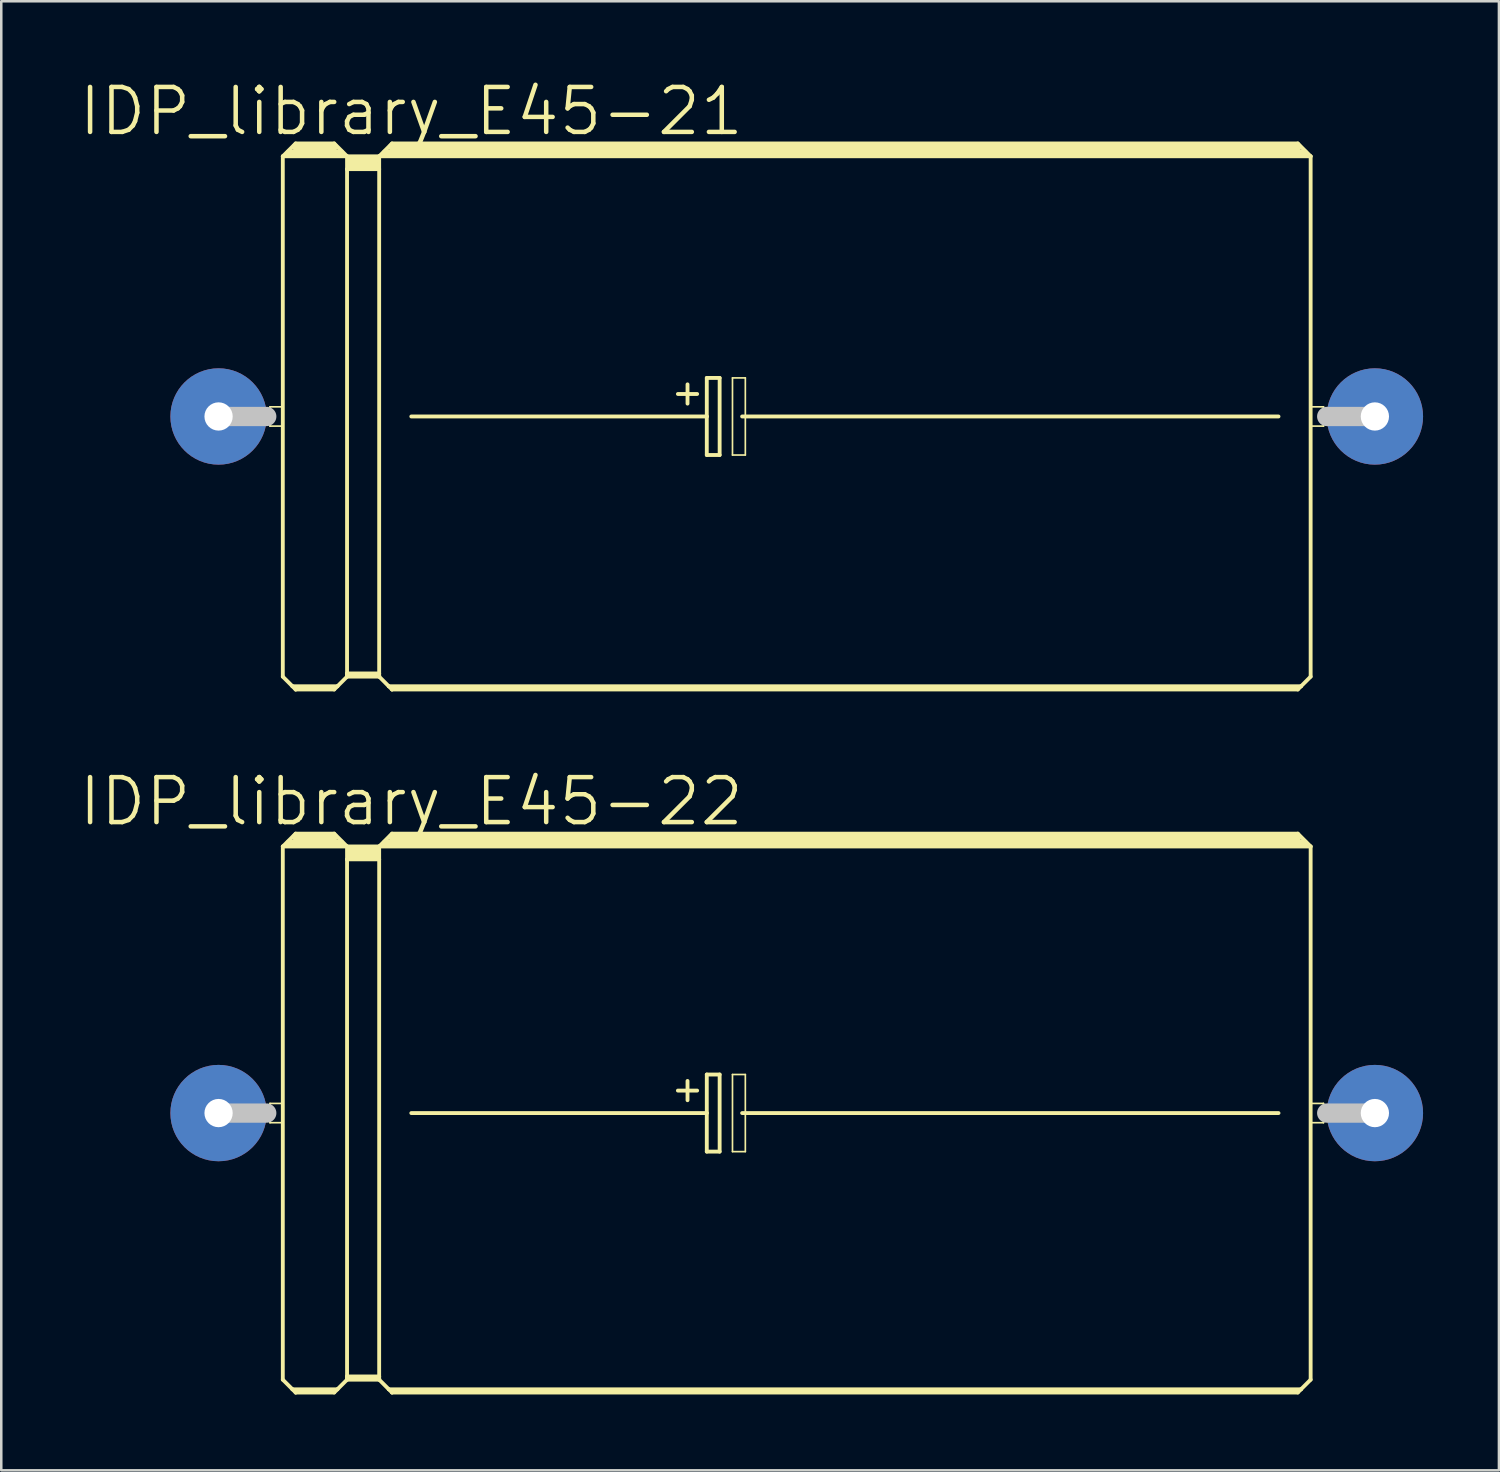
<source format=kicad_pcb>
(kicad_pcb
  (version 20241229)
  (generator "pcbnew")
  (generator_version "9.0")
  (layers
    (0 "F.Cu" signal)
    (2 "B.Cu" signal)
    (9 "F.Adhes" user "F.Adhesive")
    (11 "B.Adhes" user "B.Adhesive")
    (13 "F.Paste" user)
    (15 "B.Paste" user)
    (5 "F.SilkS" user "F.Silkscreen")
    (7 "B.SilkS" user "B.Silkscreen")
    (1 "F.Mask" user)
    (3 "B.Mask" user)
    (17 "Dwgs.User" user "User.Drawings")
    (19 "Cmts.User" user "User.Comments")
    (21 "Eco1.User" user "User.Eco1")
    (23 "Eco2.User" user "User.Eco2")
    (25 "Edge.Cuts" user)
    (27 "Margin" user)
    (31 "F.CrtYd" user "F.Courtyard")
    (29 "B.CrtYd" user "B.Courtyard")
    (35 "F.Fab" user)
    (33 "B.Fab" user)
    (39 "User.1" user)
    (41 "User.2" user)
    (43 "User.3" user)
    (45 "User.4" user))
  (footprint "IDP_library_E45-21"
    (layer "F.Cu")
    (at 28.452 13.417)
    (property "Reference" "IDP_library_E45-21" (at -15.24 -12.065 0) (layer "F.SilkS") (effects (font (size 1.778 1.778) (thickness 0.178))))
    (attr exclude_from_pos_files exclude_from_bom)
    (fp_line (start -20.828 -0.381) (end -20.32 -0.381) (stroke (width 0.066) (type solid)) (layer "F.SilkS"))
    (fp_line (start -20.828 0.381) (end -20.828 -0.381) (stroke (width 0.066) (type solid)) (layer "F.SilkS"))
    (fp_line (start -20.828 0.381) (end -20.32 0.381) (stroke (width 0.066) (type solid)) (layer "F.SilkS"))
    (fp_line (start -20.32 -10.287) (end -20.32 10.287) (stroke (width 0.152) (type solid)) (layer "F.SilkS"))
    (fp_line (start -20.32 -10.287) (end -19.812 -10.795) (stroke (width 0.152) (type solid)) (layer "F.SilkS"))
    (fp_line (start -20.32 -10.287) (end -17.78 -10.287) (stroke (width 0.152) (type solid)) (layer "F.SilkS"))
    (fp_line (start -20.32 0.381) (end -20.32 -0.381) (stroke (width 0.066) (type solid)) (layer "F.SilkS"))
    (fp_line (start -20.32 10.287) (end -19.939 10.668) (stroke (width 0.152) (type solid)) (layer "F.SilkS"))
    (fp_line (start -20.066 -10.414) (end -18.034 -10.414) (stroke (width 0.305) (type solid)) (layer "F.SilkS"))
    (fp_line (start -19.939 10.668) (end -19.812 10.795) (stroke (width 0.152) (type solid)) (layer "F.SilkS"))
    (fp_line (start -19.939 10.668) (end -18.161 10.668) (stroke (width 0.152) (type solid)) (layer "F.SilkS"))
    (fp_line (start -19.812 -10.795) (end -18.288 -10.795) (stroke (width 0.152) (type solid)) (layer "F.SilkS"))
    (fp_line (start -19.812 -10.668) (end -18.288 -10.668) (stroke (width 0.305) (type solid)) (layer "F.SilkS"))
    (fp_line (start -19.812 10.744) (end -18.288 10.744) (stroke (width 0.152) (type solid)) (layer "F.SilkS"))
    (fp_line (start -19.812 10.795) (end -19.812 10.744) (stroke (width 0.152) (type solid)) (layer "F.SilkS"))
    (fp_line (start -19.812 10.795) (end -18.288 10.795) (stroke (width 0.152) (type solid)) (layer "F.SilkS"))
    (fp_line (start -18.288 -10.795) (end -17.78 -10.287) (stroke (width 0.152) (type solid)) (layer "F.SilkS"))
    (fp_line (start -18.288 10.795) (end -18.161 10.668) (stroke (width 0.152) (type solid)) (layer "F.SilkS"))
    (fp_line (start -18.161 10.668) (end -17.78 10.287) (stroke (width 0.152) (type solid)) (layer "F.SilkS"))
    (fp_line (start -17.78 -10.287) (end -16.51 -10.287) (stroke (width 0.152) (type solid)) (layer "F.SilkS"))
    (fp_line (start -17.78 -9.779) (end -17.78 -10.287) (stroke (width 0.152) (type solid)) (layer "F.SilkS"))
    (fp_line (start -17.78 -9.779) (end -16.51 -9.779) (stroke (width 0.152) (type solid)) (layer "F.SilkS"))
    (fp_line (start -17.78 10.16) (end -17.78 -9.779) (stroke (width 0.152) (type solid)) (layer "F.SilkS"))
    (fp_line (start -17.78 10.16) (end -16.51 10.16) (stroke (width 0.152) (type solid)) (layer "F.SilkS"))
    (fp_line (start -17.78 10.236) (end -17.78 10.16) (stroke (width 0.152) (type solid)) (layer "F.SilkS"))
    (fp_line (start -17.78 10.236) (end -16.51 10.236) (stroke (width 0.152) (type solid)) (layer "F.SilkS"))
    (fp_line (start -17.78 10.287) (end -17.78 10.236) (stroke (width 0.152) (type solid)) (layer "F.SilkS"))
    (fp_line (start -17.78 10.287) (end -16.51 10.287) (stroke (width 0.152) (type solid)) (layer "F.SilkS"))
    (fp_line (start -17.65 -10.16) (end -16.637 -10.16) (stroke (width 0.305) (type solid)) (layer "F.SilkS"))
    (fp_line (start -17.65 -9.906) (end -16.637 -9.906) (stroke (width 0.305) (type solid)) (layer "F.SilkS"))
    (fp_line (start -16.51 -10.287) (end -16.002 -10.795) (stroke (width 0.152) (type solid)) (layer "F.SilkS"))
    (fp_line (start -16.51 -10.287) (end 20.32 -10.287) (stroke (width 0.152) (type solid)) (layer "F.SilkS"))
    (fp_line (start -16.51 -9.779) (end -16.51 -10.287) (stroke (width 0.152) (type solid)) (layer "F.SilkS"))
    (fp_line (start -16.51 10.16) (end -16.51 -9.779) (stroke (width 0.152) (type solid)) (layer "F.SilkS"))
    (fp_line (start -16.51 10.236) (end -16.51 10.16) (stroke (width 0.152) (type solid)) (layer "F.SilkS"))
    (fp_line (start -16.51 10.287) (end -16.51 10.236) (stroke (width 0.152) (type solid)) (layer "F.SilkS"))
    (fp_line (start -16.51 10.287) (end -16.129 10.668) (stroke (width 0.152) (type solid)) (layer "F.SilkS"))
    (fp_line (start -16.256 -10.414) (end 20.066 -10.414) (stroke (width 0.305) (type solid)) (layer "F.SilkS"))
    (fp_line (start -16.129 10.668) (end -16.002 10.795) (stroke (width 0.152) (type solid)) (layer "F.SilkS"))
    (fp_line (start -16.129 10.668) (end 19.939 10.668) (stroke (width 0.152) (type solid)) (layer "F.SilkS"))
    (fp_line (start -16.002 -10.795) (end 19.812 -10.795) (stroke (width 0.152) (type solid)) (layer "F.SilkS"))
    (fp_line (start -16.002 -10.668) (end 19.812 -10.668) (stroke (width 0.305) (type solid)) (layer "F.SilkS"))
    (fp_line (start -16.002 10.744) (end 19.812 10.744) (stroke (width 0.152) (type solid)) (layer "F.SilkS"))
    (fp_line (start -16.002 10.795) (end -16.002 10.744) (stroke (width 0.152) (type solid)) (layer "F.SilkS"))
    (fp_line (start -16.002 10.795) (end 19.812 10.795) (stroke (width 0.152) (type solid)) (layer "F.SilkS"))
    (fp_line (start -15.24 0) (end -3.556 0) (stroke (width 0.152) (type solid)) (layer "F.SilkS"))
    (fp_line (start -4.699 -0.889) (end -3.937 -0.889) (stroke (width 0.152) (type solid)) (layer "F.SilkS"))
    (fp_line (start -4.318 -1.27) (end -4.318 -0.508) (stroke (width 0.152) (type solid)) (layer "F.SilkS"))
    (fp_line (start -3.556 -1.524) (end -3.556 0) (stroke (width 0.152) (type solid)) (layer "F.SilkS"))
    (fp_line (start -3.556 0) (end -3.556 1.524) (stroke (width 0.152) (type solid)) (layer "F.SilkS"))
    (fp_line (start -3.556 1.524) (end -3.048 1.524) (stroke (width 0.152) (type solid)) (layer "F.SilkS"))
    (fp_line (start -3.048 -1.524) (end -3.556 -1.524) (stroke (width 0.152) (type solid)) (layer "F.SilkS"))
    (fp_line (start -3.048 1.524) (end -3.048 -1.524) (stroke (width 0.152) (type solid)) (layer "F.SilkS"))
    (fp_line (start -2.54 -1.524) (end -2.032 -1.524) (stroke (width 0.066) (type solid)) (layer "F.SilkS"))
    (fp_line (start -2.54 1.524) (end -2.54 -1.524) (stroke (width 0.066) (type solid)) (layer "F.SilkS"))
    (fp_line (start -2.54 1.524) (end -2.032 1.524) (stroke (width 0.066) (type solid)) (layer "F.SilkS"))
    (fp_line (start -2.159 0) (end 19.05 0) (stroke (width 0.152) (type solid)) (layer "F.SilkS"))
    (fp_line (start -2.032 1.524) (end -2.032 -1.524) (stroke (width 0.066) (type solid)) (layer "F.SilkS"))
    (fp_line (start 19.812 -10.795) (end 20.32 -10.287) (stroke (width 0.152) (type solid)) (layer "F.SilkS"))
    (fp_line (start 19.812 10.795) (end 19.939 10.668) (stroke (width 0.152) (type solid)) (layer "F.SilkS"))
    (fp_line (start 19.939 10.668) (end 20.32 10.287) (stroke (width 0.152) (type solid)) (layer "F.SilkS"))
    (fp_line (start 20.32 -10.287) (end 20.32 10.287) (stroke (width 0.152) (type solid)) (layer "F.SilkS"))
    (fp_line (start 20.32 -0.381) (end 20.828 -0.381) (stroke (width 0.066) (type solid)) (layer "F.SilkS"))
    (fp_line (start 20.32 0.381) (end 20.32 -0.381) (stroke (width 0.066) (type solid)) (layer "F.SilkS"))
    (fp_line (start 20.32 0.381) (end 20.828 0.381) (stroke (width 0.066) (type solid)) (layer "F.SilkS"))
    (fp_line (start 20.828 0.381) (end 20.828 -0.381) (stroke (width 0.066) (type solid)) (layer "F.SilkS"))
    (fp_line (start -22.86 0) (end -20.955 0) (stroke (width 0.762) (type solid)) (layer "Dwgs.User"))
    (fp_line (start 22.86 0) (end 20.955 0) (stroke (width 0.762) (type solid)) (layer "Dwgs.User"))
    (pad "+" thru_hole circle (at -22.86 0) (size 3.81 3.81) (drill 1.118) (layers "*.Cu" "*.Paste" "*.Mask"))
    (pad "-" thru_hole circle (at 22.86 0) (size 3.81 3.81) (drill 1.118) (layers "*.Cu" "*.Paste" "*.Mask")))
  (footprint "IDP_library_E45-22"
    (layer "F.Cu")
    (at 28.452 40.96)
    (property "Reference" "IDP_library_E45-22" (at -15.24 -12.319 0) (layer "F.SilkS") (effects (font (size 1.778 1.778) (thickness 0.178))))
    (attr exclude_from_pos_files exclude_from_bom)
    (fp_line (start -20.828 -0.381) (end -20.32 -0.381) (stroke (width 0.066) (type solid)) (layer "F.SilkS"))
    (fp_line (start -20.828 0.381) (end -20.828 -0.381) (stroke (width 0.066) (type solid)) (layer "F.SilkS"))
    (fp_line (start -20.828 0.381) (end -20.32 0.381) (stroke (width 0.066) (type solid)) (layer "F.SilkS"))
    (fp_line (start -20.32 -10.541) (end -20.32 10.541) (stroke (width 0.152) (type solid)) (layer "F.SilkS"))
    (fp_line (start -20.32 -10.541) (end -19.812 -11.049) (stroke (width 0.152) (type solid)) (layer "F.SilkS"))
    (fp_line (start -20.32 -10.541) (end -17.78 -10.541) (stroke (width 0.152) (type solid)) (layer "F.SilkS"))
    (fp_line (start -20.32 0.381) (end -20.32 -0.381) (stroke (width 0.066) (type solid)) (layer "F.SilkS"))
    (fp_line (start -20.32 10.541) (end -19.939 10.922) (stroke (width 0.152) (type solid)) (layer "F.SilkS"))
    (fp_line (start -20.066 -10.668) (end -18.034 -10.668) (stroke (width 0.305) (type solid)) (layer "F.SilkS"))
    (fp_line (start -19.939 10.922) (end -19.812 11.049) (stroke (width 0.152) (type solid)) (layer "F.SilkS"))
    (fp_line (start -19.939 10.922) (end -18.161 10.922) (stroke (width 0.152) (type solid)) (layer "F.SilkS"))
    (fp_line (start -19.812 -11.049) (end -18.288 -11.049) (stroke (width 0.152) (type solid)) (layer "F.SilkS"))
    (fp_line (start -19.812 -10.922) (end -18.288 -10.922) (stroke (width 0.305) (type solid)) (layer "F.SilkS"))
    (fp_line (start -19.812 10.998) (end -18.288 10.998) (stroke (width 0.152) (type solid)) (layer "F.SilkS"))
    (fp_line (start -19.812 11.049) (end -19.812 10.998) (stroke (width 0.152) (type solid)) (layer "F.SilkS"))
    (fp_line (start -19.812 11.049) (end -18.288 11.049) (stroke (width 0.152) (type solid)) (layer "F.SilkS"))
    (fp_line (start -18.288 -11.049) (end -17.78 -10.541) (stroke (width 0.152) (type solid)) (layer "F.SilkS"))
    (fp_line (start -18.288 11.049) (end -18.161 10.922) (stroke (width 0.152) (type solid)) (layer "F.SilkS"))
    (fp_line (start -18.161 10.922) (end -17.78 10.541) (stroke (width 0.152) (type solid)) (layer "F.SilkS"))
    (fp_line (start -17.78 -10.541) (end -16.51 -10.541) (stroke (width 0.152) (type solid)) (layer "F.SilkS"))
    (fp_line (start -17.78 -10.033) (end -17.78 -10.541) (stroke (width 0.152) (type solid)) (layer "F.SilkS"))
    (fp_line (start -17.78 -10.033) (end -16.51 -10.033) (stroke (width 0.152) (type solid)) (layer "F.SilkS"))
    (fp_line (start -17.78 10.414) (end -17.78 -10.033) (stroke (width 0.152) (type solid)) (layer "F.SilkS"))
    (fp_line (start -17.78 10.414) (end -16.51 10.414) (stroke (width 0.152) (type solid)) (layer "F.SilkS"))
    (fp_line (start -17.78 10.49) (end -17.78 10.414) (stroke (width 0.152) (type solid)) (layer "F.SilkS"))
    (fp_line (start -17.78 10.49) (end -16.51 10.49) (stroke (width 0.152) (type solid)) (layer "F.SilkS"))
    (fp_line (start -17.78 10.541) (end -17.78 10.49) (stroke (width 0.152) (type solid)) (layer "F.SilkS"))
    (fp_line (start -17.78 10.541) (end -16.51 10.541) (stroke (width 0.152) (type solid)) (layer "F.SilkS"))
    (fp_line (start -17.65 -10.414) (end -16.637 -10.414) (stroke (width 0.305) (type solid)) (layer "F.SilkS"))
    (fp_line (start -17.65 -10.16) (end -16.637 -10.16) (stroke (width 0.305) (type solid)) (layer "F.SilkS"))
    (fp_line (start -16.51 -10.541) (end -16.002 -11.049) (stroke (width 0.152) (type solid)) (layer "F.SilkS"))
    (fp_line (start -16.51 -10.541) (end 20.32 -10.541) (stroke (width 0.152) (type solid)) (layer "F.SilkS"))
    (fp_line (start -16.51 -10.033) (end -16.51 -10.541) (stroke (width 0.152) (type solid)) (layer "F.SilkS"))
    (fp_line (start -16.51 10.414) (end -16.51 -10.033) (stroke (width 0.152) (type solid)) (layer "F.SilkS"))
    (fp_line (start -16.51 10.49) (end -16.51 10.414) (stroke (width 0.152) (type solid)) (layer "F.SilkS"))
    (fp_line (start -16.51 10.541) (end -16.51 10.49) (stroke (width 0.152) (type solid)) (layer "F.SilkS"))
    (fp_line (start -16.51 10.541) (end -16.129 10.922) (stroke (width 0.152) (type solid)) (layer "F.SilkS"))
    (fp_line (start -16.256 -10.668) (end 20.066 -10.668) (stroke (width 0.305) (type solid)) (layer "F.SilkS"))
    (fp_line (start -16.129 10.922) (end -16.002 11.049) (stroke (width 0.152) (type solid)) (layer "F.SilkS"))
    (fp_line (start -16.129 10.922) (end 19.939 10.922) (stroke (width 0.152) (type solid)) (layer "F.SilkS"))
    (fp_line (start -16.002 -11.049) (end 19.812 -11.049) (stroke (width 0.152) (type solid)) (layer "F.SilkS"))
    (fp_line (start -16.002 -10.922) (end 19.812 -10.922) (stroke (width 0.305) (type solid)) (layer "F.SilkS"))
    (fp_line (start -16.002 10.998) (end 19.812 10.998) (stroke (width 0.152) (type solid)) (layer "F.SilkS"))
    (fp_line (start -16.002 11.049) (end -16.002 10.998) (stroke (width 0.152) (type solid)) (layer "F.SilkS"))
    (fp_line (start -16.002 11.049) (end 19.812 11.049) (stroke (width 0.152) (type solid)) (layer "F.SilkS"))
    (fp_line (start -15.24 0) (end -3.556 0) (stroke (width 0.152) (type solid)) (layer "F.SilkS"))
    (fp_line (start -4.699 -0.889) (end -3.937 -0.889) (stroke (width 0.152) (type solid)) (layer "F.SilkS"))
    (fp_line (start -4.318 -1.27) (end -4.318 -0.508) (stroke (width 0.152) (type solid)) (layer "F.SilkS"))
    (fp_line (start -3.556 -1.524) (end -3.556 0) (stroke (width 0.152) (type solid)) (layer "F.SilkS"))
    (fp_line (start -3.556 0) (end -3.556 1.524) (stroke (width 0.152) (type solid)) (layer "F.SilkS"))
    (fp_line (start -3.556 1.524) (end -3.048 1.524) (stroke (width 0.152) (type solid)) (layer "F.SilkS"))
    (fp_line (start -3.048 -1.524) (end -3.556 -1.524) (stroke (width 0.152) (type solid)) (layer "F.SilkS"))
    (fp_line (start -3.048 1.524) (end -3.048 -1.524) (stroke (width 0.152) (type solid)) (layer "F.SilkS"))
    (fp_line (start -2.54 -1.524) (end -2.032 -1.524) (stroke (width 0.066) (type solid)) (layer "F.SilkS"))
    (fp_line (start -2.54 1.524) (end -2.54 -1.524) (stroke (width 0.066) (type solid)) (layer "F.SilkS"))
    (fp_line (start -2.54 1.524) (end -2.032 1.524) (stroke (width 0.066) (type solid)) (layer "F.SilkS"))
    (fp_line (start -2.159 0) (end 19.05 0) (stroke (width 0.152) (type solid)) (layer "F.SilkS"))
    (fp_line (start -2.032 1.524) (end -2.032 -1.524) (stroke (width 0.066) (type solid)) (layer "F.SilkS"))
    (fp_line (start 19.812 -11.049) (end 20.32 -10.541) (stroke (width 0.152) (type solid)) (layer "F.SilkS"))
    (fp_line (start 19.812 11.049) (end 19.939 10.922) (stroke (width 0.152) (type solid)) (layer "F.SilkS"))
    (fp_line (start 19.939 10.922) (end 20.32 10.541) (stroke (width 0.152) (type solid)) (layer "F.SilkS"))
    (fp_line (start 20.32 -10.541) (end 20.32 10.541) (stroke (width 0.152) (type solid)) (layer "F.SilkS"))
    (fp_line (start 20.32 -0.381) (end 20.828 -0.381) (stroke (width 0.066) (type solid)) (layer "F.SilkS"))
    (fp_line (start 20.32 0.381) (end 20.32 -0.381) (stroke (width 0.066) (type solid)) (layer "F.SilkS"))
    (fp_line (start 20.32 0.381) (end 20.828 0.381) (stroke (width 0.066) (type solid)) (layer "F.SilkS"))
    (fp_line (start 20.828 0.381) (end 20.828 -0.381) (stroke (width 0.066) (type solid)) (layer "F.SilkS"))
    (fp_line (start -22.86 0) (end -20.955 0) (stroke (width 0.762) (type solid)) (layer "Dwgs.User"))
    (fp_line (start 22.86 0) (end 20.955 0) (stroke (width 0.762) (type solid)) (layer "Dwgs.User"))
    (pad "+" thru_hole circle (at -22.86 0) (size 3.81 3.81) (drill 1.118) (layers "*.Cu" "*.Paste" "*.Mask"))
    (pad "-" thru_hole circle (at 22.86 0) (size 3.81 3.81) (drill 1.118) (layers "*.Cu" "*.Paste" "*.Mask")))
  (gr_rect
    (start -3 -3)
    (end 56.217 55.085)
    (stroke (width 0.1) (type default))
    (fill no)
    (layer "Edge.Cuts")))
</source>
